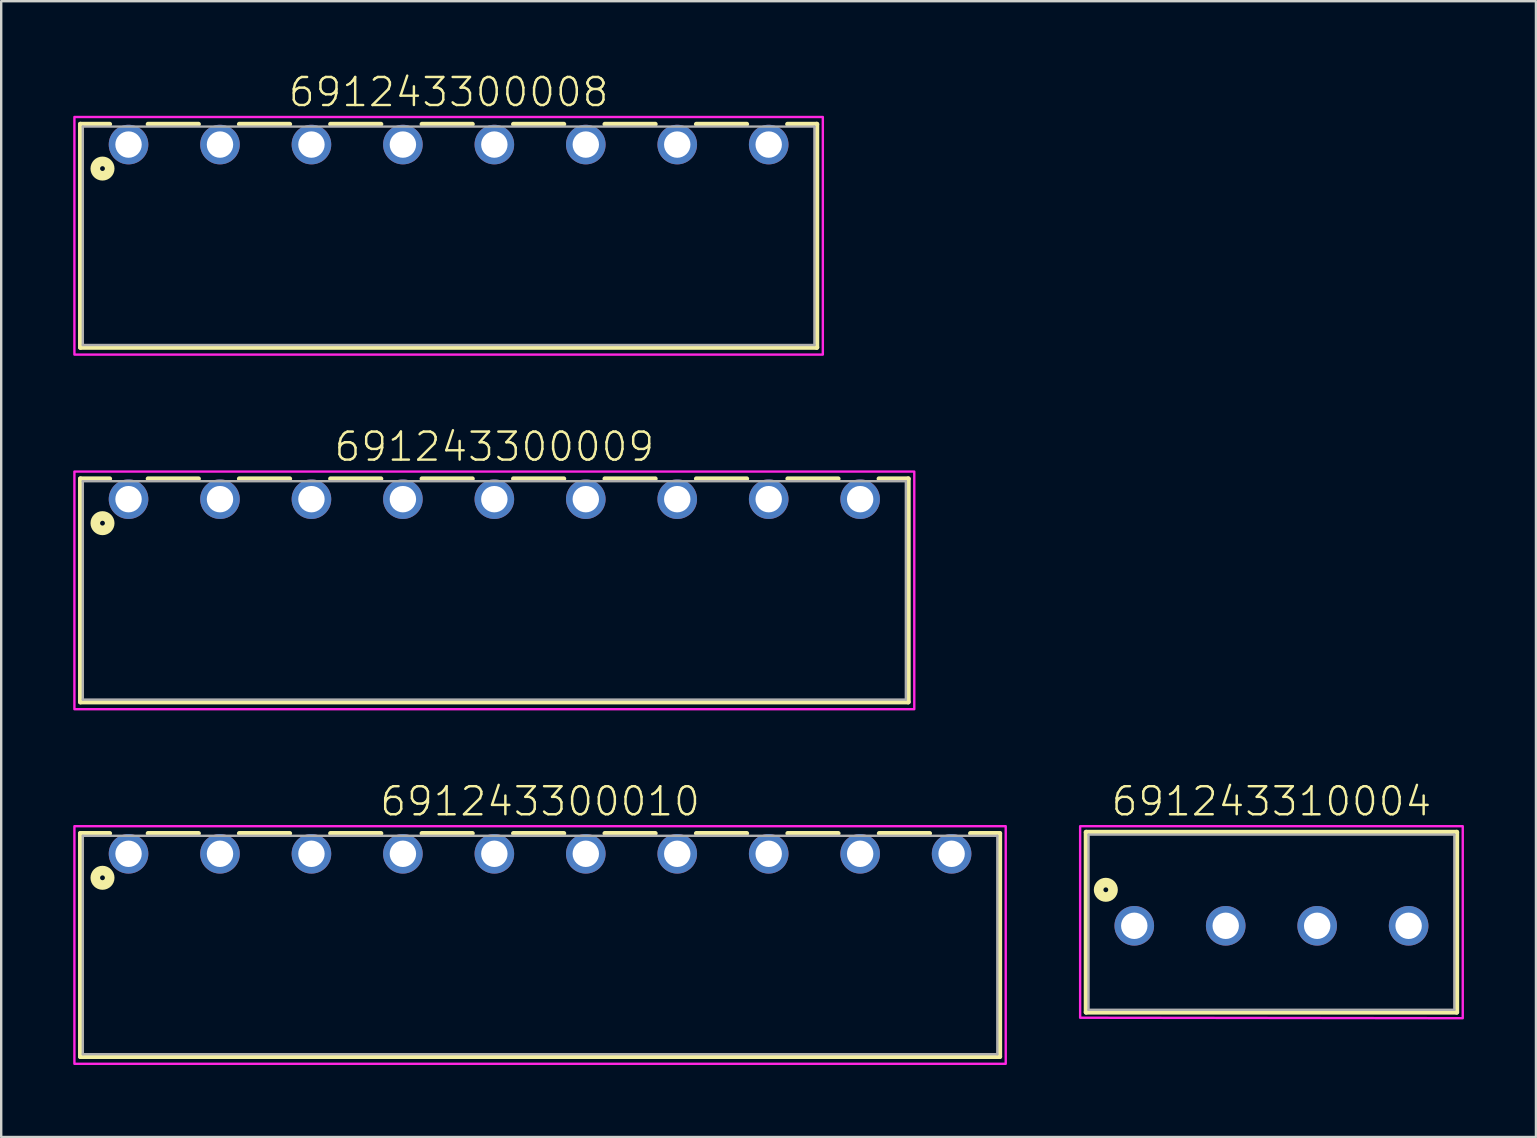
<source format=kicad_pcb>
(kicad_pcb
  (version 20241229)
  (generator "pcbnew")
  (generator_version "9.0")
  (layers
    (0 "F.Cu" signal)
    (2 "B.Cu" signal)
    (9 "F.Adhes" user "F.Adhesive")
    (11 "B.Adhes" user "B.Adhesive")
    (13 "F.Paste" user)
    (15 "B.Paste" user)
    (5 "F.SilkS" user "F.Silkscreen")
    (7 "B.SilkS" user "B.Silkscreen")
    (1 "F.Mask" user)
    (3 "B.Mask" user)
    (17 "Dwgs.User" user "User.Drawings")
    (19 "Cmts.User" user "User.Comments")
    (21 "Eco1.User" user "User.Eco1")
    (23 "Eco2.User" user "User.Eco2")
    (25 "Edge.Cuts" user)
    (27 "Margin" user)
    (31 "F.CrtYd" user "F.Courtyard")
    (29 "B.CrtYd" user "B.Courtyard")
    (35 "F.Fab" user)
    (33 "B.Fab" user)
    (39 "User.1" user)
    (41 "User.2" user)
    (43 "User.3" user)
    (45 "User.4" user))
  (footprint "691243310004"
    (layer "F.Cu")
    (at 49.92 35.52)
    (property "Reference" "691243310004" (at 0 -4.5 0) (unlocked yes) (layer "F.SilkS") (effects (font (size 1.168 1.168) (thickness 0.102)) (justify bottom)))
    (fp_line (start -7.72 -3.9) (end 7.72 -3.9) (stroke (width 0.2) (type solid)) (layer "F.SilkS"))
    (fp_line (start -7.72 3.6) (end -7.72 -3.9) (stroke (width 0.2) (type solid)) (layer "F.SilkS"))
    (fp_line (start 7.72 -3.9) (end 7.72 3.6) (stroke (width 0.2) (type solid)) (layer "F.SilkS"))
    (fp_line (start 7.72 3.6) (end -7.72 3.6) (stroke (width 0.2) (type solid)) (layer "F.SilkS"))
    (fp_circle (center -6.9 -1.5) (end -6.8 -1.5) (stroke (width 0.4) (type solid)) (fill no) (layer "F.SilkS"))
    (fp_poly (pts (xy 7.97 3.85) (xy -7.97 3.83) (xy -7.97 -4.15) (xy 7.97 -4.15)) (stroke (width 0.1) (type default)) (fill no) (layer "F.CrtYd"))
    (fp_line (start -7.62 -3.8) (end -7.62 3.5) (stroke (width 0.1) (type solid)) (layer "F.Fab"))
    (fp_line (start -7.62 -3.8) (end 7.62 -3.8) (stroke (width 0.1) (type solid)) (layer "F.Fab"))
    (fp_line (start -7.62 3.5) (end 7.62 3.5) (stroke (width 0.1) (type solid)) (layer "F.Fab"))
    (fp_line (start 7.62 -3.8) (end 7.62 3.5) (stroke (width 0.1) (type solid)) (layer "F.Fab"))
    (pad "1" thru_hole circle (at -5.715 0) (size 1.65 1.65) (drill 1.1) (layers "*.Cu" "*.Mask"))
    (pad "2" thru_hole circle (at -1.905 0) (size 1.65 1.65) (drill 1.1) (layers "*.Cu" "*.Mask"))
    (pad "3" thru_hole circle (at 1.905 0) (size 1.65 1.65) (drill 1.1) (layers "*.Cu" "*.Mask"))
    (pad "4" thru_hole circle (at 5.715 0) (size 1.65 1.65) (drill 1.1) (layers "*.Cu" "*.Mask")))
  (footprint "691243300008"
    (layer "F.Cu")
    (at 15.64 2.973)
    (property "Reference" "691243300008" (at 0 -1.5 0) (unlocked yes) (layer "F.SilkS") (effects (font (size 1.168 1.168) (thickness 0.102)) (justify bottom)))
    (fp_line (start -15.34 -0.85) (end -14.12 -0.85) (stroke (width 0.2) (type solid)) (layer "F.SilkS"))
    (fp_line (start -15.34 8.45) (end -15.34 -0.85) (stroke (width 0.2) (type solid)) (layer "F.SilkS"))
    (fp_line (start -12.52 -0.85) (end -10.42 -0.85) (stroke (width 0.2) (type solid)) (layer "F.SilkS"))
    (fp_line (start -8.72 -0.85) (end -6.62 -0.85) (stroke (width 0.2) (type solid)) (layer "F.SilkS"))
    (fp_line (start -4.92 -0.85) (end -2.82 -0.85) (stroke (width 0.2) (type solid)) (layer "F.SilkS"))
    (fp_line (start -1.11 -0.85) (end 0.99 -0.85) (stroke (width 0.2) (type solid)) (layer "F.SilkS"))
    (fp_line (start 2.7 -0.85) (end 4.8 -0.85) (stroke (width 0.2) (type solid)) (layer "F.SilkS"))
    (fp_line (start 6.51 -0.85) (end 8.61 -0.85) (stroke (width 0.2) (type solid)) (layer "F.SilkS"))
    (fp_line (start 10.32 -0.85) (end 12.42 -0.85) (stroke (width 0.2) (type solid)) (layer "F.SilkS"))
    (fp_line (start 14.12 -0.85) (end 15.34 -0.85) (stroke (width 0.2) (type solid)) (layer "F.SilkS"))
    (fp_line (start 15.34 -0.85) (end 15.34 8.45) (stroke (width 0.2) (type solid)) (layer "F.SilkS"))
    (fp_line (start 15.34 8.45) (end -15.34 8.45) (stroke (width 0.2) (type solid)) (layer "F.SilkS"))
    (fp_circle (center -14.42 1) (end -14.32 1) (stroke (width 0.4) (type solid)) (fill no) (layer "F.SilkS"))
    (fp_poly (pts (xy 15.59 8.75) (xy -15.59 8.75) (xy -15.59 -1.15) (xy 15.59 -1.15)) (stroke (width 0.1) (type default)) (fill no) (layer "F.CrtYd"))
    (fp_line (start -15.24 -0.75) (end 15.24 -0.75) (stroke (width 0.1) (type solid)) (layer "F.Fab"))
    (fp_line (start -15.24 8.35) (end -15.24 -0.75) (stroke (width 0.1) (type solid)) (layer "F.Fab"))
    (fp_line (start 15.24 -0.75) (end 15.24 8.35) (stroke (width 0.1) (type solid)) (layer "F.Fab"))
    (fp_line (start 15.24 8.35) (end -15.24 8.35) (stroke (width 0.1) (type solid)) (layer "F.Fab"))
    (pad "1" thru_hole circle (at -13.335 0 180) (size 1.65 1.65) (drill 1.1) (layers "*.Cu" "*.Mask"))
    (pad "2" thru_hole circle (at -9.525 0 180) (size 1.65 1.65) (drill 1.1) (layers "*.Cu" "*.Mask"))
    (pad "3" thru_hole circle (at -5.715 0 180) (size 1.65 1.65) (drill 1.1) (layers "*.Cu" "*.Mask"))
    (pad "4" thru_hole circle (at -1.905 0 180) (size 1.65 1.65) (drill 1.1) (layers "*.Cu" "*.Mask"))
    (pad "5" thru_hole circle (at 1.905 0 180) (size 1.65 1.65) (drill 1.1) (layers "*.Cu" "*.Mask"))
    (pad "6" thru_hole circle (at 5.715 0 180) (size 1.65 1.65) (drill 1.1) (layers "*.Cu" "*.Mask"))
    (pad "7" thru_hole circle (at 9.525 0 180) (size 1.65 1.65) (drill 1.1) (layers "*.Cu" "*.Mask"))
    (pad "8" thru_hole circle (at 13.335 0 180) (size 1.65 1.65) (drill 1.1) (layers "*.Cu" "*.Mask")))
  (footprint "691243300010"
    (layer "F.Cu")
    (at 19.45 32.52)
    (property "Reference" "691243300010" (at 0 -1.5 0) (unlocked yes) (layer "F.SilkS") (effects (font (size 1.168 1.168) (thickness 0.102)) (justify bottom)))
    (fp_line (start -19.15 -0.85) (end -17.93 -0.85) (stroke (width 0.2) (type solid)) (layer "F.SilkS"))
    (fp_line (start -19.15 8.45) (end -19.15 -0.85) (stroke (width 0.2) (type solid)) (layer "F.SilkS"))
    (fp_line (start -16.33 -0.85) (end -14.23 -0.85) (stroke (width 0.2) (type solid)) (layer "F.SilkS"))
    (fp_line (start -12.53 -0.85) (end -10.43 -0.85) (stroke (width 0.2) (type solid)) (layer "F.SilkS"))
    (fp_line (start -8.73 -0.85) (end -6.63 -0.85) (stroke (width 0.2) (type solid)) (layer "F.SilkS"))
    (fp_line (start -4.92 -0.85) (end -2.82 -0.85) (stroke (width 0.2) (type solid)) (layer "F.SilkS"))
    (fp_line (start -1.11 -0.85) (end 0.99 -0.85) (stroke (width 0.2) (type solid)) (layer "F.SilkS"))
    (fp_line (start 2.7 -0.85) (end 4.8 -0.85) (stroke (width 0.2) (type solid)) (layer "F.SilkS"))
    (fp_line (start 6.51 -0.85) (end 8.61 -0.85) (stroke (width 0.2) (type solid)) (layer "F.SilkS"))
    (fp_line (start 10.32 -0.85) (end 12.42 -0.85) (stroke (width 0.2) (type solid)) (layer "F.SilkS"))
    (fp_line (start 14.13 -0.85) (end 16.23 -0.85) (stroke (width 0.2) (type solid)) (layer "F.SilkS"))
    (fp_line (start 17.93 -0.85) (end 19.15 -0.85) (stroke (width 0.2) (type solid)) (layer "F.SilkS"))
    (fp_line (start 19.15 -0.85) (end 19.15 8.45) (stroke (width 0.2) (type solid)) (layer "F.SilkS"))
    (fp_line (start 19.15 8.45) (end -19.15 8.45) (stroke (width 0.2) (type solid)) (layer "F.SilkS"))
    (fp_circle (center -18.23 1) (end -18.13 1) (stroke (width 0.4) (type solid)) (fill no) (layer "F.SilkS"))
    (fp_poly (pts (xy 19.4 8.75) (xy -19.4 8.75) (xy -19.4 -1.15) (xy 19.4 -1.15)) (stroke (width 0.1) (type default)) (fill no) (layer "F.CrtYd"))
    (fp_line (start -19.05 -0.75) (end 19.05 -0.75) (stroke (width 0.1) (type solid)) (layer "F.Fab"))
    (fp_line (start -19.05 8.35) (end -19.05 -0.75) (stroke (width 0.1) (type solid)) (layer "F.Fab"))
    (fp_line (start 19.05 -0.75) (end 19.05 8.35) (stroke (width 0.1) (type solid)) (layer "F.Fab"))
    (fp_line (start 19.05 8.35) (end -19.05 8.35) (stroke (width 0.1) (type solid)) (layer "F.Fab"))
    (pad "1" thru_hole circle (at -17.145 0 180) (size 1.65 1.65) (drill 1.1) (layers "*.Cu" "*.Mask"))
    (pad "2" thru_hole circle (at -13.335 0 180) (size 1.65 1.65) (drill 1.1) (layers "*.Cu" "*.Mask"))
    (pad "3" thru_hole circle (at -9.525 0 180) (size 1.65 1.65) (drill 1.1) (layers "*.Cu" "*.Mask"))
    (pad "4" thru_hole circle (at -5.715 0 180) (size 1.65 1.65) (drill 1.1) (layers "*.Cu" "*.Mask"))
    (pad "5" thru_hole circle (at -1.905 0 180) (size 1.65 1.65) (drill 1.1) (layers "*.Cu" "*.Mask"))
    (pad "6" thru_hole circle (at 1.905 0 180) (size 1.65 1.65) (drill 1.1) (layers "*.Cu" "*.Mask"))
    (pad "7" thru_hole circle (at 5.715 0 180) (size 1.65 1.65) (drill 1.1) (layers "*.Cu" "*.Mask"))
    (pad "8" thru_hole circle (at 9.525 0 180) (size 1.65 1.65) (drill 1.1) (layers "*.Cu" "*.Mask"))
    (pad "9" thru_hole circle (at 13.335 0 180) (size 1.65 1.65) (drill 1.1) (layers "*.Cu" "*.Mask"))
    (pad "10" thru_hole circle (at 17.145 0 180) (size 1.65 1.65) (drill 1.1) (layers "*.Cu" "*.Mask")))
  (footprint "691243300009"
    (layer "F.Cu")
    (at 17.545 17.746)
    (property "Reference" "691243300009" (at 0 -1.5 0) (unlocked yes) (layer "F.SilkS") (effects (font (size 1.168 1.168) (thickness 0.102)) (justify bottom)))
    (fp_line (start -17.245 -0.85) (end -16.025 -0.85) (stroke (width 0.2) (type solid)) (layer "F.SilkS"))
    (fp_line (start -17.245 8.45) (end -17.245 -0.85) (stroke (width 0.2) (type solid)) (layer "F.SilkS"))
    (fp_line (start -14.425 -0.85) (end -12.325 -0.85) (stroke (width 0.2) (type solid)) (layer "F.SilkS"))
    (fp_line (start -10.625 -0.85) (end -8.525 -0.85) (stroke (width 0.2) (type solid)) (layer "F.SilkS"))
    (fp_line (start -6.825 -0.85) (end -4.725 -0.85) (stroke (width 0.2) (type solid)) (layer "F.SilkS"))
    (fp_line (start -3.015 -0.85) (end -0.915 -0.85) (stroke (width 0.2) (type solid)) (layer "F.SilkS"))
    (fp_line (start 0.795 -0.85) (end 2.895 -0.85) (stroke (width 0.2) (type solid)) (layer "F.SilkS"))
    (fp_line (start 4.605 -0.85) (end 6.705 -0.85) (stroke (width 0.2) (type solid)) (layer "F.SilkS"))
    (fp_line (start 8.415 -0.85) (end 10.515 -0.85) (stroke (width 0.2) (type solid)) (layer "F.SilkS"))
    (fp_line (start 12.225 -0.85) (end 14.325 -0.85) (stroke (width 0.2) (type solid)) (layer "F.SilkS"))
    (fp_line (start 16.025 -0.85) (end 17.245 -0.85) (stroke (width 0.2) (type solid)) (layer "F.SilkS"))
    (fp_line (start 17.245 -0.85) (end 17.245 8.45) (stroke (width 0.2) (type solid)) (layer "F.SilkS"))
    (fp_line (start 17.245 8.45) (end -17.245 8.45) (stroke (width 0.2) (type solid)) (layer "F.SilkS"))
    (fp_circle (center -16.325 1) (end -16.225 1) (stroke (width 0.4) (type solid)) (fill no) (layer "F.SilkS"))
    (fp_poly (pts (xy 17.495 8.75) (xy -17.495 8.75) (xy -17.495 -1.15) (xy 17.495 -1.15)) (stroke (width 0.1) (type default)) (fill no) (layer "F.CrtYd"))
    (fp_line (start -17.145 -0.75) (end 17.145 -0.75) (stroke (width 0.1) (type solid)) (layer "F.Fab"))
    (fp_line (start -17.145 8.35) (end -17.145 -0.75) (stroke (width 0.1) (type solid)) (layer "F.Fab"))
    (fp_line (start 17.145 -0.75) (end 17.145 8.35) (stroke (width 0.1) (type solid)) (layer "F.Fab"))
    (fp_line (start 17.145 8.35) (end -17.145 8.35) (stroke (width 0.1) (type solid)) (layer "F.Fab"))
    (pad "1" thru_hole circle (at -15.24 0 180) (size 1.65 1.65) (drill 1.1) (layers "*.Cu" "*.Mask"))
    (pad "2" thru_hole circle (at -11.43 0 180) (size 1.65 1.65) (drill 1.1) (layers "*.Cu" "*.Mask"))
    (pad "3" thru_hole circle (at -7.62 0 180) (size 1.65 1.65) (drill 1.1) (layers "*.Cu" "*.Mask"))
    (pad "4" thru_hole circle (at -3.81 0 180) (size 1.65 1.65) (drill 1.1) (layers "*.Cu" "*.Mask"))
    (pad "5" thru_hole circle (at 0 0 180) (size 1.65 1.65) (drill 1.1) (layers "*.Cu" "*.Mask"))
    (pad "6" thru_hole circle (at 3.81 0 180) (size 1.65 1.65) (drill 1.1) (layers "*.Cu" "*.Mask"))
    (pad "7" thru_hole circle (at 7.62 0 180) (size 1.65 1.65) (drill 1.1) (layers "*.Cu" "*.Mask"))
    (pad "8" thru_hole circle (at 11.43 0 180) (size 1.65 1.65) (drill 1.1) (layers "*.Cu" "*.Mask"))
    (pad "9" thru_hole circle (at 15.24 0 180) (size 1.65 1.65) (drill 1.1) (layers "*.Cu" "*.Mask")))
  (gr_rect
    (start -3 -3)
    (end 60.94 44.32)
    (stroke (width 0.1) (type default))
    (fill no)
    (layer "Edge.Cuts")))
</source>
